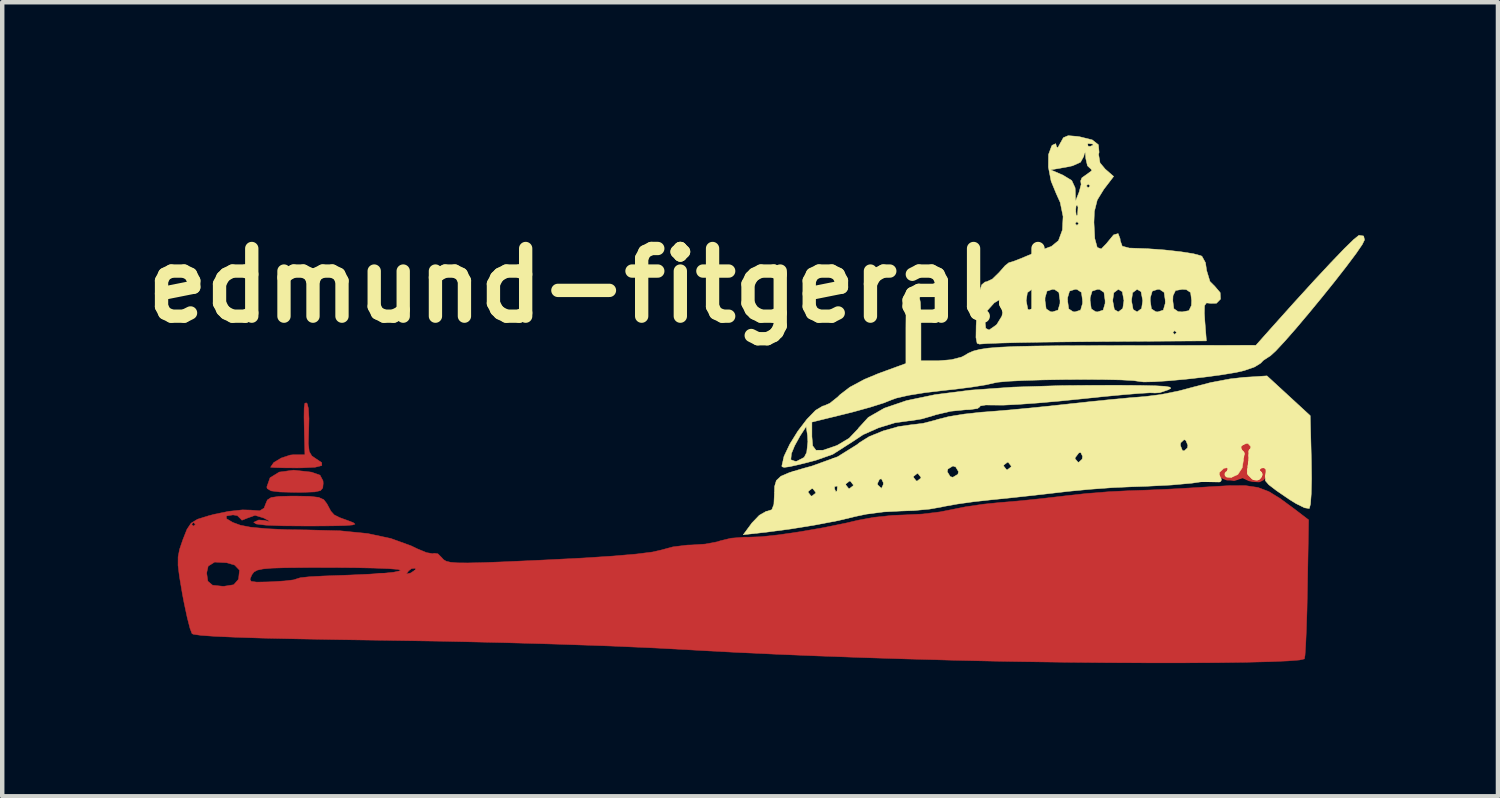
<source format=kicad_pcb>
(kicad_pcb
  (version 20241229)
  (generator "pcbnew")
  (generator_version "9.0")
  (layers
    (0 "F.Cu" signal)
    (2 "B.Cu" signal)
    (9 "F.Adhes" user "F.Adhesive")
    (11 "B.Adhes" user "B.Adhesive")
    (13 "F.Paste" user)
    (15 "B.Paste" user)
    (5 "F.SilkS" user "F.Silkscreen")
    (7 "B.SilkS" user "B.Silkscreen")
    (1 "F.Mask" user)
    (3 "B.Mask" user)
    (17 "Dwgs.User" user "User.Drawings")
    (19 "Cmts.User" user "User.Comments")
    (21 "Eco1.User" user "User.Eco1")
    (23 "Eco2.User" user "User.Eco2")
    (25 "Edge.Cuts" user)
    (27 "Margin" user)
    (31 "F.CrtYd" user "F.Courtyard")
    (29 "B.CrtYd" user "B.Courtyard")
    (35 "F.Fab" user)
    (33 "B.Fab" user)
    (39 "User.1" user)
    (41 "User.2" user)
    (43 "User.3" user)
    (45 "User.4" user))
  (footprint "edmund-fitgerald"
    (layer "F.Cu")
    (at 14.304 5.921)
    (property "Reference" "edmund-fitgerald" (at -3.81 -2.54 0) (layer "F.SilkS") (effects (font (size 1.524 1.524) (thickness 0.3))))
    (attr through_hole)
    (fp_poly (pts (xy 9.78 4.78) (xy 8.06 4.72) (xy 8.04 3.3) (xy 8.05 3.29) (xy 8.06 3.29) (xy 9.82 3.23)) (stroke (width 0.1) (type solid)) (fill yes) (layer "F.Cu"))
    (fp_poly (pts (xy -10.34 1.662) (xy -10.147 1.73) (xy -10.079 1.858) (xy -10.075 1.916) (xy -10.085 2.018) (xy -10.136 2.078) (xy -10.265 2.107) (xy -10.508 2.116) (xy -10.71 2.117) (xy -11.049 2.109) (xy -11.248 2.084) (xy -11.335 2.034) (xy -11.345 1.996) (xy -11.272 1.788) (xy -11.064 1.66) (xy -10.74 1.617) (xy -10.34 1.662)) (stroke (width 0.01) (type solid)) (fill yes) (layer "F.Cu"))
    (fp_poly (pts (xy 11.13 1.42) (xy 11.17 1.58) (xy 11.13 1.71) (xy 11.08 1.8) (xy 11 1.84) (xy 10.85 1.83) (xy 10.785 1.815) (xy 10.635 1.745) (xy 10.44 1.81) (xy 10.36 1.8) (xy 10.29 1.8) (xy 10.21 1.77) (xy 10.17 1.73) (xy 10.14 1.75) (xy 10.11 1.75) (xy 10.07 1.7) (xy 10.03 1.62) (xy 10.1 0.93) (xy 10.93 0.8)) (stroke (width 0.1) (type solid)) (fill yes) (layer "F.Cu"))
    (fp_poly (pts (xy -10.436 0.119) (xy -10.408 0.23) (xy -10.395 0.459) (xy -10.401 0.719) (xy -10.41 1.019) (xy -10.39 1.197) (xy -10.331 1.297) (xy -10.252 1.351) (xy -10.108 1.448) (xy -10.106 1.513) (xy -10.254 1.551) (xy -10.562 1.566) (xy -10.668 1.567) (xy -10.96 1.565) (xy -11.172 1.559) (xy -11.26 1.552) (xy -11.261 1.551) (xy -11.19 1.447) (xy -11.02 1.344) (xy -10.82 1.278) (xy -10.741 1.27) (xy -10.487 1.27) (xy -10.5 0.783) (xy -10.507 0.427) (xy -10.504 0.213) (xy -10.489 0.113) (xy -10.458 0.101) (xy -10.436 0.119)) (stroke (width 0.01) (type solid)) (fill yes) (layer "F.Cu"))
    (fp_poly (pts (xy 10.699 1.966) (xy 10.976 2.007) (xy 11.22 2.099) (xy 11.474 2.254) (xy 11.785 2.483) (xy 11.795 2.49) (xy 12.118 2.737) (xy 12.091 4.283) (xy 12.081 4.777) (xy 12.067 5.21) (xy 12.052 5.554) (xy 12.037 5.783) (xy 12.023 5.868) (xy 11.912 5.893) (xy 11.646 5.914) (xy 11.24 5.931) (xy 10.707 5.944) (xy 10.063 5.953) (xy 9.322 5.957) (xy 8.497 5.957) (xy 7.604 5.953) (xy 6.656 5.944) (xy 5.669 5.93) (xy 5.038 5.919) (xy 4.107 5.898) (xy 3.116 5.871) (xy 2.101 5.839) (xy 1.1 5.803) (xy 0.149 5.764) (xy -0.716 5.724) (xy -1.456 5.685) (xy -1.609 5.676) (xy -2.537 5.625) (xy -3.604 5.578) (xy -4.781 5.537) (xy -6.037 5.501) (xy -7.343 5.471) (xy -8.657 5.45) (xy -9.75 5.434) (xy -10.678 5.417) (xy -11.446 5.4) (xy -12.057 5.38) (xy -12.516 5.36) (xy -12.827 5.338) (xy -12.996 5.314) (xy -13.029 5.3) (xy -13.075 5.18) (xy -13.138 4.935) (xy -13.208 4.607) (xy -13.247 4.402) (xy -13.311 4.023) (xy -13.323 3.932) (xy -12.7 3.932) (xy -12.673 4.119) (xy -12.566 4.209) (xy -12.336 4.233) (xy -12.311 4.233) (xy -12.09 4.198) (xy -11.985 4.078) (xy -11.983 4.073) (xy -11.724 4.073) (xy -11.698 4.122) (xy -11.573 4.139) (xy -11.32 4.134) (xy -11.222 4.13) (xy -10.941 4.112) (xy -10.741 4.088) (xy -10.668 4.064) (xy -10.59 4.04) (xy -10.387 4.018) (xy -10.102 4.003) (xy -10.096 4.002) (xy -9.511 3.981) (xy 8.213 3.981) (xy 8.23 4.295) (xy 8.281 4.464) (xy 8.36 4.479) (xy 8.424 4.403) (xy 8.529 4.36) (xy 8.755 4.33) (xy 9.054 4.318) (xy 9.064 4.318) (xy 9.39 4.312) (xy 9.575 4.271) (xy 9.646 4.161) (xy 9.631 3.948) (xy 9.578 3.683) (xy 9.535 3.537) (xy 9.457 3.459) (xy 9.296 3.425) (xy 9.059 3.412) (xy 8.675 3.404) (xy 8.429 3.427) (xy 8.291 3.5) (xy 8.229 3.646) (xy 8.213 3.885) (xy 8.213 3.981) (xy -9.511 3.981) (xy -9.485 3.98) (xy -9.024 3.959) (xy -8.97 3.955) (xy -8.204 3.955) (xy -8.119 3.938) (xy -8.103 3.932) (xy -8 3.864) (xy -7.999 3.826) (xy -8.088 3.836) (xy -8.151 3.884) (xy -8.204 3.955) (xy -8.97 3.955) (xy -8.696 3.938) (xy -8.482 3.915) (xy -8.364 3.889) (xy -8.33 3.871) (xy -8.391 3.852) (xy -8.597 3.836) (xy -8.924 3.823) (xy -9.347 3.814) (xy -9.842 3.81) (xy -9.931 3.81) (xy -10.502 3.811) (xy -10.927 3.815) (xy -11.229 3.824) (xy -11.431 3.842) (xy -11.558 3.869) (xy -11.631 3.909) (xy -11.675 3.963) (xy -11.685 3.981) (xy -11.724 4.073) (xy -11.983 4.073) (xy -11.981 4.065) (xy -11.96 3.87) (xy -12.069 3.755) (xy -12.249 3.702) (xy -12.52 3.688) (xy -12.665 3.778) (xy -12.7 3.932) (xy -13.323 3.932) (xy -13.344 3.762) (xy -13.343 3.57) (xy -13.309 3.398) (xy -13.241 3.198) (xy -13.233 3.176) (xy -13.143 2.949) (xy -13.067 2.836) (xy -13.039 2.836) (xy -12.996 2.879) (xy -12.954 2.836) (xy -12.996 2.794) (xy -13.039 2.836) (xy -13.067 2.836) (xy -13.05 2.811) (xy -12.907 2.723) (xy -12.666 2.648) (xy -12.534 2.613) (xy -12.203 2.545) (xy -11.893 2.512) (xy -11.706 2.517) (xy -11.504 2.532) (xy -11.407 2.472) (xy -11.373 2.383) (xy -11.333 2.289) (xy -11.248 2.234) (xy -11.079 2.209) (xy -10.788 2.201) (xy -10.703 2.201) (xy -10.377 2.207) (xy -10.178 2.23) (xy -10.063 2.281) (xy -9.992 2.373) (xy -9.982 2.392) (xy -9.902 2.541) (xy -9.828 2.624) (xy -9.704 2.686) (xy -9.51 2.756) (xy -9.397 2.8) (xy -9.359 2.832) (xy -9.413 2.852) (xy -9.579 2.865) (xy -9.873 2.872) (xy -10.315 2.875) (xy -10.44 2.875) (xy -10.986 2.871) (xy -11.366 2.856) (xy -11.583 2.83) (xy -11.64 2.792) (xy -11.64 2.791) (xy -11.525 2.739) (xy -11.402 2.749) (xy -11.284 2.775) (xy -11.313 2.748) (xy -11.416 2.694) (xy -11.61 2.635) (xy -11.776 2.694) (xy -11.905 2.745) (xy -11.938 2.71) (xy -12.009 2.641) (xy -12.107 2.625) (xy -12.255 2.649) (xy -12.254 2.71) (xy -12.113 2.794) (xy -11.939 2.858) (xy -11.704 2.903) (xy -11.336 2.937) (xy -10.871 2.958) (xy -10.449 2.963) (xy -9.694 2.983) (xy -9.072 3.045) (xy -8.551 3.156) (xy -8.098 3.32) (xy -7.953 3.39) (xy -7.746 3.475) (xy -7.604 3.499) (xy -7.581 3.489) (xy -7.493 3.5) (xy -7.407 3.586) (xy -7.365 3.633) (xy -7.306 3.668) (xy -7.208 3.692) (xy -7.052 3.705) (xy -6.818 3.707) (xy -6.486 3.7) (xy -6.037 3.683) (xy -5.45 3.657) (xy -5.022 3.637) (xy -4.203 3.595) (xy -3.533 3.551) (xy -3.017 3.506) (xy -2.659 3.461) (xy -2.466 3.417) (xy -2.2 3.345) (xy -1.877 3.305) (xy -1.773 3.302) (xy -1.472 3.282) (xy -1.201 3.231) (xy -1.127 3.207) (xy -0.89 3.15) (xy -0.592 3.126) (xy -0.508 3.127) (xy -0.218 3.117) (xy 0.192 3.073) (xy 0.678 3.002) (xy 1.196 2.912) (xy 1.7 2.809) (xy 1.967 2.746) (xy 2.327 2.68) (xy 2.746 2.636) (xy 3.029 2.625) (xy 3.417 2.606) (xy 3.819 2.557) (xy 4.067 2.508) (xy 4.39 2.443) (xy 4.795 2.384) (xy 5.197 2.343) (xy 5.207 2.343) (xy 5.631 2.307) (xy 6.124 2.256) (xy 6.589 2.202) (xy 6.646 2.195) (xy 7.109 2.144) (xy 7.622 2.103) (xy 8.082 2.08) (xy 8.128 2.079) (xy 8.521 2.065) (xy 9.012 2.043) (xy 9.527 2.014) (xy 9.864 1.993) (xy 10.343 1.965) (xy 10.699 1.966)) (stroke (width 0.01) (type solid)) (fill yes) (layer "F.Cu"))
    (fp_poly (pts (xy -10.34 1.662) (xy -10.147 1.73) (xy -10.079 1.858) (xy -10.075 1.916) (xy -10.085 2.018) (xy -10.136 2.078) (xy -10.265 2.107) (xy -10.508 2.116) (xy -10.71 2.117) (xy -11.049 2.109) (xy -11.248 2.084) (xy -11.335 2.034) (xy -11.345 1.996) (xy -11.272 1.788) (xy -11.064 1.66) (xy -10.74 1.617) (xy -10.34 1.662)) (stroke (width 0.01) (type solid)) (fill yes) (layer "F.Mask"))
    (fp_poly (pts (xy -10.436 0.119) (xy -10.408 0.23) (xy -10.395 0.459) (xy -10.401 0.719) (xy -10.41 1.019) (xy -10.39 1.197) (xy -10.331 1.297) (xy -10.252 1.351) (xy -10.108 1.448) (xy -10.106 1.513) (xy -10.254 1.551) (xy -10.562 1.566) (xy -10.668 1.567) (xy -10.96 1.565) (xy -11.172 1.559) (xy -11.26 1.552) (xy -11.261 1.551) (xy -11.19 1.447) (xy -11.02 1.344) (xy -10.82 1.278) (xy -10.741 1.27) (xy -10.487 1.27) (xy -10.5 0.783) (xy -10.507 0.427) (xy -10.504 0.213) (xy -10.489 0.113) (xy -10.458 0.101) (xy -10.436 0.119)) (stroke (width 0.01) (type solid)) (fill yes) (layer "F.Mask"))
    (fp_poly (pts (xy 10.699 1.966) (xy 10.976 2.007) (xy 11.22 2.099) (xy 11.474 2.254) (xy 11.785 2.483) (xy 11.795 2.49) (xy 12.118 2.737) (xy 12.091 4.283) (xy 12.081 4.777) (xy 12.067 5.21) (xy 12.052 5.554) (xy 12.037 5.783) (xy 12.023 5.868) (xy 11.912 5.893) (xy 11.646 5.914) (xy 11.24 5.931) (xy 10.707 5.944) (xy 10.063 5.953) (xy 9.322 5.957) (xy 8.497 5.957) (xy 7.604 5.953) (xy 6.656 5.944) (xy 5.669 5.93) (xy 5.038 5.919) (xy 4.107 5.898) (xy 3.116 5.871) (xy 2.101 5.839) (xy 1.1 5.803) (xy 0.149 5.764) (xy -0.716 5.724) (xy -1.456 5.685) (xy -1.609 5.676) (xy -2.537 5.625) (xy -3.604 5.578) (xy -4.781 5.537) (xy -6.037 5.501) (xy -7.343 5.471) (xy -8.657 5.45) (xy -9.75 5.434) (xy -10.678 5.417) (xy -11.446 5.4) (xy -12.057 5.38) (xy -12.516 5.36) (xy -12.827 5.338) (xy -12.996 5.314) (xy -13.029 5.3) (xy -13.075 5.18) (xy -13.138 4.935) (xy -13.208 4.607) (xy -13.247 4.402) (xy -13.311 4.023) (xy -13.323 3.932) (xy -12.7 3.932) (xy -12.673 4.119) (xy -12.566 4.209) (xy -12.336 4.233) (xy -12.311 4.233) (xy -12.09 4.198) (xy -11.985 4.078) (xy -11.983 4.073) (xy -11.724 4.073) (xy -11.698 4.122) (xy -11.573 4.139) (xy -11.32 4.134) (xy -11.222 4.13) (xy -10.941 4.112) (xy -10.741 4.088) (xy -10.668 4.064) (xy -10.59 4.04) (xy -10.387 4.018) (xy -10.102 4.003) (xy -10.096 4.002) (xy -9.511 3.981) (xy 8.213 3.981) (xy 8.23 4.295) (xy 8.281 4.464) (xy 8.36 4.479) (xy 8.424 4.403) (xy 8.529 4.36) (xy 8.755 4.33) (xy 9.054 4.318) (xy 9.064 4.318) (xy 9.39 4.312) (xy 9.575 4.271) (xy 9.646 4.161) (xy 9.631 3.948) (xy 9.578 3.683) (xy 9.535 3.537) (xy 9.457 3.459) (xy 9.296 3.425) (xy 9.059 3.412) (xy 8.675 3.404) (xy 8.429 3.427) (xy 8.291 3.5) (xy 8.229 3.646) (xy 8.213 3.885) (xy 8.213 3.981) (xy -9.511 3.981) (xy -9.485 3.98) (xy -9.024 3.959) (xy -8.97 3.955) (xy -8.204 3.955) (xy -8.119 3.938) (xy -8.103 3.932) (xy -8 3.864) (xy -7.999 3.826) (xy -8.088 3.836) (xy -8.151 3.884) (xy -8.204 3.955) (xy -8.97 3.955) (xy -8.696 3.938) (xy -8.482 3.915) (xy -8.364 3.889) (xy -8.33 3.871) (xy -8.391 3.852) (xy -8.597 3.836) (xy -8.924 3.823) (xy -9.347 3.814) (xy -9.842 3.81) (xy -9.931 3.81) (xy -10.502 3.811) (xy -10.927 3.815) (xy -11.229 3.824) (xy -11.431 3.842) (xy -11.558 3.869) (xy -11.631 3.909) (xy -11.675 3.963) (xy -11.685 3.981) (xy -11.724 4.073) (xy -11.983 4.073) (xy -11.981 4.065) (xy -11.96 3.87) (xy -12.069 3.755) (xy -12.249 3.702) (xy -12.52 3.688) (xy -12.665 3.778) (xy -12.7 3.932) (xy -13.323 3.932) (xy -13.344 3.762) (xy -13.343 3.57) (xy -13.309 3.398) (xy -13.241 3.198) (xy -13.233 3.176) (xy -13.143 2.949) (xy -13.067 2.836) (xy -13.039 2.836) (xy -12.996 2.879) (xy -12.954 2.836) (xy -12.996 2.794) (xy -13.039 2.836) (xy -13.067 2.836) (xy -13.05 2.811) (xy -12.907 2.723) (xy -12.666 2.648) (xy -12.534 2.613) (xy -12.203 2.545) (xy -11.893 2.512) (xy -11.706 2.517) (xy -11.504 2.532) (xy -11.407 2.472) (xy -11.373 2.383) (xy -11.333 2.289) (xy -11.248 2.234) (xy -11.079 2.209) (xy -10.788 2.201) (xy -10.703 2.201) (xy -10.377 2.207) (xy -10.178 2.23) (xy -10.063 2.281) (xy -9.992 2.373) (xy -9.982 2.392) (xy -9.902 2.541) (xy -9.828 2.624) (xy -9.704 2.686) (xy -9.51 2.756) (xy -9.397 2.8) (xy -9.359 2.832) (xy -9.413 2.852) (xy -9.579 2.865) (xy -9.873 2.872) (xy -10.315 2.875) (xy -10.44 2.875) (xy -10.986 2.871) (xy -11.366 2.856) (xy -11.583 2.83) (xy -11.64 2.792) (xy -11.64 2.791) (xy -11.525 2.739) (xy -11.402 2.749) (xy -11.284 2.775) (xy -11.313 2.748) (xy -11.416 2.694) (xy -11.61 2.635) (xy -11.776 2.694) (xy -11.905 2.745) (xy -11.938 2.71) (xy -12.009 2.641) (xy -12.107 2.625) (xy -12.255 2.649) (xy -12.254 2.71) (xy -12.113 2.794) (xy -11.939 2.858) (xy -11.704 2.903) (xy -11.336 2.937) (xy -10.871 2.958) (xy -10.449 2.963) (xy -9.694 2.983) (xy -9.072 3.045) (xy -8.551 3.156) (xy -8.098 3.32) (xy -7.953 3.39) (xy -7.746 3.475) (xy -7.604 3.499) (xy -7.581 3.489) (xy -7.493 3.5) (xy -7.407 3.586) (xy -7.365 3.633) (xy -7.306 3.668) (xy -7.208 3.692) (xy -7.052 3.705) (xy -6.818 3.707) (xy -6.486 3.7) (xy -6.037 3.683) (xy -5.45 3.657) (xy -5.022 3.637) (xy -4.203 3.595) (xy -3.533 3.551) (xy -3.017 3.506) (xy -2.659 3.461) (xy -2.466 3.417) (xy -2.2 3.345) (xy -1.877 3.305) (xy -1.773 3.302) (xy -1.472 3.282) (xy -1.201 3.231) (xy -1.127 3.207) (xy -0.89 3.15) (xy -0.592 3.126) (xy -0.508 3.127) (xy -0.218 3.117) (xy 0.192 3.073) (xy 0.678 3.002) (xy 1.196 2.912) (xy 1.7 2.809) (xy 1.967 2.746) (xy 2.327 2.68) (xy 2.746 2.636) (xy 3.029 2.625) (xy 3.417 2.606) (xy 3.819 2.557) (xy 4.067 2.508) (xy 4.39 2.443) (xy 4.795 2.384) (xy 5.197 2.343) (xy 5.207 2.343) (xy 5.631 2.307) (xy 6.124 2.256) (xy 6.589 2.202) (xy 6.646 2.195) (xy 7.109 2.144) (xy 7.622 2.103) (xy 8.082 2.08) (xy 8.128 2.079) (xy 8.521 2.065) (xy 9.012 2.043) (xy 9.527 2.014) (xy 9.864 1.993) (xy 10.343 1.965) (xy 10.699 1.966)) (stroke (width 0.01) (type solid)) (fill yes) (layer "F.Mask"))
    (fp_line (start 9.66 1.82) (end 10.07 1.78) (stroke (width 0.12) (type solid)) (layer "F.SilkS"))
    (fp_line (start 10.05 1.78) (end 10.05 1.79) (stroke (width 0.12) (type solid)) (layer "F.SilkS"))
    (fp_line (start 10.07 1.78) (end 10.05 1.78) (stroke (width 0.12) (type solid)) (layer "F.SilkS"))
    (fp_line (start 10.1 1.83) (end 9.66 1.82) (stroke (width 0.12) (type solid)) (layer "F.SilkS"))
    (fp_line (start 10.35 1.53) (end 10.52 1.45) (stroke (width 0.15) (type solid)) (layer "F.SilkS"))
    (fp_line (start 10.35 1.65) (end 10.38 1.56) (stroke (width 0.15) (type solid)) (layer "F.SilkS"))
    (fp_line (start 10.36 1.71) (end 10.3 1.71) (stroke (width 0.15) (type solid)) (layer "F.SilkS"))
    (fp_line (start 10.38 1.56) (end 10.35 1.53) (stroke (width 0.15) (type solid)) (layer "F.SilkS"))
    (fp_line (start 10.45 1.63) (end 10.47 1.51) (stroke (width 0.15) (type solid)) (layer "F.SilkS"))
    (fp_line (start 10.52 1.06) (end 10.61 0.98) (stroke (width 0.15) (type solid)) (layer "F.SilkS"))
    (fp_line (start 10.52 1.45) (end 10.42 1.39) (stroke (width 0.15) (type solid)) (layer "F.SilkS"))
    (fp_line (start 10.54 1.18) (end 10.52 1.06) (stroke (width 0.15) (type solid)) (layer "F.SilkS"))
    (fp_line (start 10.58 1.36) (end 10.6 1.25) (stroke (width 0.15) (type solid)) (layer "F.SilkS"))
    (fp_line (start 10.6 1.25) (end 10.54 1.18) (stroke (width 0.15) (type solid)) (layer "F.SilkS"))
    (fp_line (start 10.61 0.98) (end 10.6 0.94) (stroke (width 0.15) (type solid)) (layer "F.SilkS"))
    (fp_line (start 10.81 1.61) (end 10.81 1.68) (stroke (width 0.15) (type solid)) (layer "F.SilkS"))
    (fp_line (start 10.81 1.68) (end 10.85 1.72) (stroke (width 0.15) (type solid)) (layer "F.SilkS"))
    (fp_line (start 10.82 1.53) (end 10.81 1.61) (stroke (width 0.15) (type solid)) (layer "F.SilkS"))
    (fp_line (start 10.83 1.45) (end 10.82 1.53) (stroke (width 0.15) (type solid)) (layer "F.SilkS"))
    (fp_line (start 10.84 1.2) (end 10.84 1.27) (stroke (width 0.15) (type solid)) (layer "F.SilkS"))
    (fp_line (start 10.84 1.27) (end 10.85 1.31) (stroke (width 0.15) (type solid)) (layer "F.SilkS"))
    (fp_line (start 10.84 1.31) (end 10.84 1.37) (stroke (width 0.15) (type solid)) (layer "F.SilkS"))
    (fp_line (start 10.84 1.37) (end 10.83 1.45) (stroke (width 0.15) (type solid)) (layer "F.SilkS"))
    (fp_line (start 10.85 1.31) (end 10.84 1.31) (stroke (width 0.15) (type solid)) (layer "F.SilkS"))
    (fp_line (start 10.85 1.72) (end 10.89 1.76) (stroke (width 0.15) (type solid)) (layer "F.SilkS"))
    (fp_line (start 10.87 1.72) (end 10.94 1.41) (stroke (width 0.15) (type solid)) (layer "F.SilkS"))
    (fp_line (start 10.89 1.75) (end 10.92 1.77) (stroke (width 0.15) (type solid)) (layer "F.SilkS"))
    (fp_line (start 10.89 1.76) (end 10.89 1.5) (stroke (width 0.15) (type solid)) (layer "F.SilkS"))
    (fp_line (start 10.92 1.23) (end 10.84 1.2) (stroke (width 0.15) (type solid)) (layer "F.SilkS"))
    (fp_line (start 10.92 1.77) (end 10.95 1.75) (stroke (width 0.15) (type solid)) (layer "F.SilkS"))
    (fp_line (start 10.93 1.62) (end 10.95 1.62) (stroke (width 0.15) (type solid)) (layer "F.SilkS"))
    (fp_line (start 10.94 1.41) (end 11.2 1.26) (stroke (width 0.15) (type solid)) (layer "F.SilkS"))
    (fp_line (start 10.95 1.75) (end 10.97 1.73) (stroke (width 0.15) (type solid)) (layer "F.SilkS"))
    (fp_line (start 10.95 1.77) (end 10.87 1.72) (stroke (width 0.15) (type solid)) (layer "F.SilkS"))
    (fp_line (start 10.96 1.77) (end 10.95 1.77) (stroke (width 0.15) (type solid)) (layer "F.SilkS"))
    (fp_line (start 10.97 1.55) (end 11.04 1.49) (stroke (width 0.15) (type solid)) (layer "F.SilkS"))
    (fp_line (start 10.97 1.73) (end 11 1.71) (stroke (width 0.15) (type solid)) (layer "F.SilkS"))
    (fp_line (start 10.97 1.76) (end 10.96 1.77) (stroke (width 0.15) (type solid)) (layer "F.SilkS"))
    (fp_line (start 10.99 1.74) (end 10.97 1.76) (stroke (width 0.15) (type solid)) (layer "F.SilkS"))
    (fp_line (start 11 1.71) (end 11 1.72) (stroke (width 0.15) (type solid)) (layer "F.SilkS"))
    (fp_line (start 11 1.72) (end 10.99 1.74) (stroke (width 0.15) (type solid)) (layer "F.SilkS"))
    (fp_line (start 11.04 1.49) (end 11.16 1.45) (stroke (width 0.15) (type solid)) (layer "F.SilkS"))
    (fp_line (start 11.11 1.49) (end 11.06 1.5) (stroke (width 0.15) (type solid)) (layer "F.SilkS"))
    (fp_line (start 11.21 1.54) (end 11.11 1.49) (stroke (width 0.15) (type solid)) (layer "F.SilkS"))
    (fp_line (start 11.21 1.75) (end 11.23 1.64) (stroke (width 0.15) (type solid)) (layer "F.SilkS"))
    (fp_line (start 11.23 1.64) (end 11.21 1.54) (stroke (width 0.15) (type solid)) (layer "F.SilkS"))
    (fp_line (start 11.28 1.61) (end 11.27 1.6) (stroke (width 0.15) (type solid)) (layer "F.SilkS"))
    (fp_poly (pts (xy 13.357 -3.656) (xy 13.377 -3.569) (xy 13.325 -3.463) (xy 13.182 -3.255) (xy 12.969 -2.971) (xy 12.707 -2.635) (xy 12.415 -2.272) (xy 12.116 -1.909) (xy 11.83 -1.57) (xy 11.576 -1.281) (xy 11.377 -1.067) (xy 11.253 -0.954) (xy 11.233 -0.943) (xy 11.097 -0.854) (xy 11.037 -0.791) (xy 10.903 -0.708) (xy 10.665 -0.625) (xy 10.487 -0.584) (xy 10.16 -0.53) (xy 9.773 -0.478) (xy 9.364 -0.432) (xy 8.973 -0.396) (xy 8.64 -0.374) (xy 8.405 -0.369) (xy 8.317 -0.379) (xy 8.173 -0.4) (xy 7.894 -0.415) (xy 7.516 -0.423) (xy 7.074 -0.426) (xy 6.602 -0.423) (xy 6.135 -0.415) (xy 5.709 -0.402) (xy 5.358 -0.385) (xy 5.117 -0.363) (xy 5.038 -0.347) (xy 4.848 -0.304) (xy 4.538 -0.254) (xy 4.156 -0.205) (xy 3.872 -0.175) (xy 3.471 -0.127) (xy 3.112 -0.069) (xy 2.841 -0.008) (xy 2.729 0.032) (xy 2.545 0.105) (xy 2.247 0.199) (xy 1.886 0.299) (xy 1.714 0.343) (xy 0.931 0.535) (xy 0.931 0.86) (xy 0.949 1.07) (xy 1.023 1.169) (xy 1.182 1.168) (xy 1.457 1.075) (xy 1.505 1.056) (xy 1.769 0.899) (xy 1.969 0.689) (xy 1.98 0.671) (xy 2.202 0.428) (xy 2.561 0.222) (xy 3.062 0.051) (xy 3.71 -0.084) (xy 4.508 -0.185) (xy 5.462 -0.253) (xy 6.576 -0.288) (xy 7.208 -0.293) (xy 7.841 -0.294) (xy 8.321 -0.291) (xy 8.663 -0.283) (xy 8.882 -0.271) (xy 8.994 -0.252) (xy 9.015 -0.227) (xy 8.959 -0.193) (xy 8.956 -0.192) (xy 8.765 -0.128) (xy 8.647 -0.12) (xy 8.644 -0.122) (xy 8.545 -0.125) (xy 8.306 -0.111) (xy 7.952 -0.082) (xy 7.514 -0.041) (xy 7.023 0.01) (xy 6.497 0.063) (xy 6.001 0.106) (xy 5.57 0.137) (xy 5.242 0.153) (xy 5.067 0.152) (xy 4.845 0.15) (xy 4.722 0.171) (xy 4.712 0.191) (xy 4.662 0.229) (xy 4.489 0.254) (xy 4.386 0.258) (xy 4.056 0.291) (xy 3.724 0.369) (xy 3.683 0.383) (xy 3.409 0.463) (xy 3.158 0.505) (xy 3.114 0.507) (xy 2.799 0.551) (xy 2.432 0.664) (xy 2.088 0.816) (xy 1.863 0.965) (xy 1.401 1.261) (xy 1.016 1.396) (xy 0.656 1.488) (xy 0.429 1.539) (xy 0.307 1.555) (xy 0.259 1.541) (xy 0.254 1.522) (xy 0.286 1.383) (xy 0.456 1.383) (xy 0.554 1.418) (xy 0.591 1.416) (xy 0.757 1.329) (xy 0.814 1.218) (xy 0.84 0.979) (xy 0.832 0.834) (xy 0.802 0.635) (xy 0.664 0.847) (xy 0.541 1.07) (xy 0.47 1.244) (xy 0.456 1.383) (xy 0.286 1.383) (xy 0.303 1.306) (xy 0.433 1.032) (xy 0.613 0.741) (xy 0.817 0.473) (xy 1.014 0.27) (xy 1.176 0.173) (xy 1.203 0.169) (xy 1.334 0.112) (xy 1.512 -0.03) (xy 1.562 -0.08) (xy 1.785 -0.251) (xy 2.117 -0.429) (xy 2.425 -0.557) (xy 3.048 -0.785) (xy 3.048 -1.578) (xy 3.051 -1.948) (xy 3.063 -2.181) (xy 3.08 -2.258) (xy 3.161 -2.258) (xy 3.173 -2.207) (xy 3.217 -2.201) (xy 3.287 -2.232) (xy 3.274 -2.258) (xy 3.173 -2.268) (xy 3.161 -2.258) (xy 3.08 -2.258) (xy 3.092 -2.308) (xy 3.144 -2.361) (xy 3.217 -2.371) (xy 3.298 -2.358) (xy 3.348 -2.298) (xy 3.374 -2.159) (xy 3.385 -1.909) (xy 3.387 -1.609) (xy 3.387 -0.847) (xy 3.791 -0.847) (xy 4.07 -0.87) (xy 4.3 -0.929) (xy 4.363 -0.961) (xy 4.457 -1.018) (xy 4.567 -1.065) (xy 4.711 -1.102) (xy 4.905 -1.131) (xy 5.168 -1.152) (xy 5.516 -1.168) (xy 5.968 -1.178) (xy 6.539 -1.185) (xy 7.248 -1.188) (xy 7.956 -1.19) (xy 10.931 -1.195) (xy 11.244 -1.547) (xy 11.771 -2.135) (xy 12.233 -2.642) (xy 12.621 -3.058) (xy 12.925 -3.375) (xy 13.138 -3.582) (xy 13.25 -3.671) (xy 13.252 -3.672) (xy 13.357 -3.656)) (stroke (width 0.01) (type solid)) (fill yes) (layer "F.SilkS"))
    (fp_poly (pts (xy 11.667 -0.058) (xy 12.154 0.39) (xy 12.18 1.413) (xy 12.185 1.812) (xy 12.177 2.146) (xy 12.16 2.381) (xy 12.133 2.482) (xy 12.133 2.482) (xy 12.026 2.465) (xy 11.834 2.37) (xy 11.69 2.281) (xy 11.395 2.079) (xy 11.22 1.945) (xy 11.143 1.855) (xy 11.142 1.786) (xy 11.174 1.738) (xy 11.215 1.609) (xy 11.109 1.534) (xy 11.014 1.525) (xy 10.931 1.544) (xy 10.99 1.596) (xy 11.053 1.674) (xy 10.975 1.769) (xy 10.87 1.819) (xy 10.805 1.724) (xy 10.796 1.696) (xy 10.773 1.484) (xy 10.795 1.268) (xy 10.815 1.085) (xy 10.755 1.019) (xy 10.722 1.016) (xy 10.578 1.065) (xy 10.52 1.171) (xy 10.577 1.266) (xy 10.649 1.392) (xy 10.622 1.565) (xy 10.523 1.716) (xy 10.384 1.777) (xy 10.266 1.763) (xy 10.304 1.711) (xy 10.327 1.697) (xy 10.41 1.603) (xy 10.358 1.552) (xy 10.21 1.575) (xy 10.108 1.67) (xy 10.107 1.737) (xy 10.05 1.801) (xy 9.84 1.859) (xy 9.495 1.91) (xy 9.029 1.952) (xy 8.46 1.981) (xy 8.128 1.992) (xy 7.702 2.011) (xy 7.198 2.048) (xy 6.705 2.095) (xy 6.562 2.112) (xy 6.083 2.167) (xy 5.556 2.225) (xy 5.074 2.275) (xy 4.953 2.287) (xy 4.563 2.33) (xy 4.196 2.382) (xy 3.913 2.433) (xy 3.852 2.447) (xy 3.586 2.494) (xy 3.234 2.527) (xy 2.928 2.538) (xy 2.547 2.558) (xy 2.16 2.608) (xy 1.912 2.66) (xy 1.522 2.754) (xy 1.019 2.85) (xy 0.461 2.941) (xy -0.098 3.015) (xy -0.202 3.026) (xy -0.615 3.072) (xy -0.419 2.806) (xy -0.254 2.634) (xy -0.097 2.544) (xy -0.069 2.54) (xy 0.029 2.508) (xy 0.075 2.385) (xy 0.085 2.169) (xy 0.087 2.117) (xy 0.847 2.117) (xy 0.911 2.199) (xy 0.931 2.201) (xy 1.014 2.137) (xy 1.016 2.117) (xy 0.952 2.034) (xy 0.931 2.032) (xy 1.439 2.032) (xy 1.47 2.102) (xy 1.496 2.088) (xy 1.506 1.988) (xy 1.496 1.976) (xy 1.445 1.987) (xy 1.439 2.032) (xy 0.931 2.032) (xy 0.849 2.096) (xy 0.847 2.117) (xy 0.087 2.117) (xy 0.091 1.982) (xy 0.102 1.947) (xy 1.693 1.947) (xy 1.758 2.03) (xy 1.778 2.032) (xy 1.86 1.968) (xy 1.863 1.947) (xy 1.843 1.923) (xy 2.405 1.923) (xy 2.417 1.953) (xy 2.498 2.028) (xy 2.538 1.943) (xy 2.54 1.9) (xy 2.498 1.813) (xy 2.454 1.821) (xy 2.405 1.923) (xy 1.843 1.923) (xy 1.798 1.865) (xy 1.778 1.863) (xy 1.696 1.927) (xy 1.693 1.947) (xy 0.102 1.947) (xy 0.13 1.851) (xy 0.208 1.778) (xy 3.217 1.778) (xy 3.282 1.86) (xy 3.302 1.863) (xy 3.384 1.798) (xy 3.387 1.778) (xy 3.322 1.696) (xy 3.302 1.693) (xy 3.22 1.758) (xy 3.217 1.778) (xy 0.208 1.778) (xy 0.232 1.755) (xy 0.425 1.672) (xy 0.493 1.651) (xy 3.979 1.651) (xy 4.047 1.763) (xy 4.106 1.778) (xy 4.219 1.71) (xy 4.233 1.651) (xy 4.166 1.539) (xy 4.106 1.524) (xy 5.249 1.524) (xy 5.314 1.606) (xy 5.334 1.609) (xy 5.416 1.544) (xy 5.419 1.524) (xy 5.354 1.442) (xy 5.334 1.439) (xy 5.252 1.504) (xy 5.249 1.524) (xy 4.106 1.524) (xy 3.994 1.592) (xy 3.979 1.651) (xy 0.493 1.651) (xy 0.738 1.578) (xy 0.931 1.525) (xy 1.388 1.36) (xy 6.858 1.36) (xy 6.923 1.437) (xy 6.943 1.439) (xy 7.017 1.37) (xy 7.027 1.307) (xy 6.986 1.22) (xy 6.943 1.228) (xy 6.861 1.336) (xy 6.858 1.36) (xy 1.388 1.36) (xy 1.509 1.316) (xy 1.923 1.058) (xy 9.229 1.058) (xy 9.274 1.171) (xy 9.313 1.185) (xy 9.388 1.117) (xy 9.398 1.058) (xy 9.352 0.946) (xy 9.313 0.931) (xy 9.238 1) (xy 9.229 1.058) (xy 1.923 1.058) (xy 1.952 1.04) (xy 2.001 0.999) (xy 2.22 0.862) (xy 2.538 0.733) (xy 2.884 0.635) (xy 3.188 0.592) (xy 3.21 0.591) (xy 3.433 0.563) (xy 3.707 0.493) (xy 3.768 0.473) (xy 4.015 0.411) (xy 4.365 0.354) (xy 4.749 0.312) (xy 4.826 0.307) (xy 5.193 0.278) (xy 5.668 0.235) (xy 6.191 0.183) (xy 6.703 0.128) (xy 6.731 0.125) (xy 7.213 0.073) (xy 7.684 0.025) (xy 8.094 -0.013) (xy 8.392 -0.037) (xy 8.424 -0.039) (xy 8.781 -0.084) (xy 9.197 -0.167) (xy 9.525 -0.255) (xy 9.919 -0.357) (xy 10.343 -0.437) (xy 10.649 -0.472) (xy 11.18 -0.506) (xy 11.667 -0.058)) (stroke (width 0.01) (type solid)) (fill yes) (layer "F.SilkS"))
    (fp_poly (pts (xy 6.908 -5.899) (xy 6.962 -5.891) (xy 7.245 -5.821) (xy 7.383 -5.712) (xy 7.399 -5.543) (xy 7.388 -5.492) (xy 7.42 -5.303) (xy 7.536 -5.164) (xy 7.727 -4.998) (xy 7.504 -4.706) (xy 7.358 -4.468) (xy 7.293 -4.21) (xy 7.283 -3.964) (xy 7.302 -3.599) (xy 7.357 -3.399) (xy 7.447 -3.364) (xy 7.572 -3.493) (xy 7.578 -3.502) (xy 7.725 -3.681) (xy 7.828 -3.711) (xy 7.873 -3.591) (xy 7.874 -3.556) (xy 7.92 -3.427) (xy 8.082 -3.384) (xy 8.107 -3.384) (xy 8.49 -3.37) (xy 8.883 -3.341) (xy 9.242 -3.301) (xy 9.527 -3.256) (xy 9.696 -3.21) (xy 9.716 -3.198) (xy 9.795 -3.055) (xy 9.821 -2.879) (xy 9.896 -2.632) (xy 10.005 -2.523) (xy 10.126 -2.381) (xy 10.134 -2.235) (xy 10.042 -2.141) (xy 9.91 -2.14) (xy 9.817 -2.149) (xy 9.774 -2.087) (xy 9.77 -1.917) (xy 9.781 -1.738) (xy 9.816 -1.294) (xy 7.317 -1.278) (xy 6.679 -1.272) (xy 6.095 -1.265) (xy 5.585 -1.256) (xy 5.172 -1.245) (xy 4.878 -1.234) (xy 4.725 -1.223) (xy 4.711 -1.22) (xy 4.652 -1.239) (xy 4.626 -1.369) (xy 4.628 -1.482) (xy 9.059 -1.482) (xy 9.102 -1.439) (xy 9.144 -1.482) (xy 9.102 -1.524) (xy 9.059 -1.482) (xy 4.628 -1.482) (xy 4.63 -1.637) (xy 4.634 -1.711) (xy 4.638 -1.768) (xy 4.826 -1.768) (xy 4.846 -1.577) (xy 4.921 -1.539) (xy 5.073 -1.645) (xy 5.095 -1.664) (xy 5.21 -1.852) (xy 5.249 -2.047) (xy 5.241 -2.201) (xy 5.757 -2.201) (xy 5.795 -2) (xy 5.884 -1.947) (xy 5.985 -2.023) (xy 6.011 -2.201) (xy 6.181 -2.201) (xy 6.207 -2.015) (xy 6.306 -1.95) (xy 6.35 -1.947) (xy 6.474 -1.987) (xy 6.518 -2.136) (xy 6.519 -2.201) (xy 6.689 -2.201) (xy 6.715 -2.015) (xy 6.814 -1.95) (xy 6.858 -1.947) (xy 6.982 -1.987) (xy 7.026 -2.136) (xy 7.027 -2.201) (xy 7.197 -2.201) (xy 7.223 -2.015) (xy 7.322 -1.95) (xy 7.366 -1.947) (xy 7.49 -1.987) (xy 7.534 -2.136) (xy 7.535 -2.201) (xy 7.705 -2.201) (xy 7.743 -2) (xy 7.832 -1.947) (xy 7.932 -2.023) (xy 7.959 -2.201) (xy 8.128 -2.201) (xy 8.166 -2) (xy 8.255 -1.947) (xy 8.356 -2.023) (xy 8.382 -2.201) (xy 8.551 -2.201) (xy 8.578 -2.015) (xy 8.677 -1.95) (xy 8.721 -1.947) (xy 8.845 -1.987) (xy 8.888 -2.136) (xy 8.89 -2.201) (xy 9.059 -2.201) (xy 9.082 -2.02) (xy 9.179 -1.953) (xy 9.271 -1.947) (xy 9.422 -1.975) (xy 9.478 -2.091) (xy 9.483 -2.201) (xy 9.46 -2.383) (xy 9.363 -2.449) (xy 9.271 -2.455) (xy 9.12 -2.428) (xy 9.064 -2.312) (xy 9.059 -2.201) (xy 8.89 -2.201) (xy 8.863 -2.387) (xy 8.764 -2.453) (xy 8.721 -2.455) (xy 8.597 -2.415) (xy 8.553 -2.267) (xy 8.551 -2.201) (xy 8.382 -2.201) (xy 8.344 -2.403) (xy 8.255 -2.455) (xy 8.154 -2.38) (xy 8.128 -2.201) (xy 7.959 -2.201) (xy 7.921 -2.403) (xy 7.832 -2.455) (xy 7.731 -2.38) (xy 7.705 -2.201) (xy 7.535 -2.201) (xy 7.509 -2.387) (xy 7.41 -2.453) (xy 7.366 -2.455) (xy 7.242 -2.415) (xy 7.198 -2.267) (xy 7.197 -2.201) (xy 7.027 -2.201) (xy 7.001 -2.387) (xy 6.902 -2.453) (xy 6.858 -2.455) (xy 6.734 -2.415) (xy 6.69 -2.267) (xy 6.689 -2.201) (xy 6.519 -2.201) (xy 6.493 -2.387) (xy 6.394 -2.453) (xy 6.35 -2.455) (xy 6.226 -2.415) (xy 6.182 -2.267) (xy 6.181 -2.201) (xy 6.011 -2.201) (xy 5.973 -2.403) (xy 5.884 -2.455) (xy 5.784 -2.38) (xy 5.757 -2.201) (xy 5.241 -2.201) (xy 5.241 -2.212) (xy 5.183 -2.237) (xy 5.038 -2.151) (xy 4.861 -1.954) (xy 4.826 -1.768) (xy 4.638 -1.768) (xy 4.665 -2.13) (xy 4.704 -2.404) (xy 4.757 -2.559) (xy 4.831 -2.621) (xy 4.864 -2.625) (xy 4.995 -2.686) (xy 5.148 -2.835) (xy 5.153 -2.841) (xy 5.283 -2.989) (xy 5.367 -3.055) (xy 5.37 -3.055) (xy 5.469 -3.084) (xy 5.666 -3.161) (xy 5.777 -3.208) (xy 6.041 -3.316) (xy 6.268 -3.402) (xy 6.324 -3.421) (xy 6.484 -3.552) (xy 6.573 -3.793) (xy 6.58 -3.937) (xy 6.858 -3.937) (xy 6.9 -3.895) (xy 6.943 -3.937) (xy 6.9 -3.979) (xy 6.858 -3.937) (xy 6.58 -3.937) (xy 6.588 -4.095) (xy 6.56 -4.233) (xy 6.871 -4.233) (xy 6.885 -4.113) (xy 6.914 -4.128) (xy 6.925 -4.301) (xy 6.914 -4.339) (xy 6.883 -4.35) (xy 6.871 -4.233) (xy 6.56 -4.233) (xy 6.523 -4.413) (xy 6.437 -4.603) (xy 6.318 -4.892) (xy 6.269 -5.146) (xy 6.308 -5.146) (xy 6.583 -5.028) (xy 6.783 -4.906) (xy 6.859 -4.742) (xy 6.863 -4.678) (xy 6.869 -4.445) (xy 6.95 -4.648) (xy 6.986 -4.784) (xy 7.112 -4.784) (xy 7.154 -4.741) (xy 7.197 -4.784) (xy 7.154 -4.826) (xy 7.112 -4.784) (xy 6.986 -4.784) (xy 6.995 -4.816) (xy 6.984 -4.897) (xy 7.012 -4.967) (xy 7.131 -5.051) (xy 7.237 -5.129) (xy 7.218 -5.162) (xy 7.137 -5.237) (xy 7.1 -5.397) (xy 7.088 -5.537) (xy 7.068 -5.515) (xy 7.054 -5.45) (xy 6.981 -5.318) (xy 6.801 -5.237) (xy 6.663 -5.208) (xy 6.308 -5.146) (xy 6.269 -5.146) (xy 6.257 -5.207) (xy 6.26 -5.492) (xy 6.333 -5.688) (xy 6.345 -5.701) (xy 6.422 -5.736) (xy 6.44 -5.668) (xy 6.468 -5.642) (xy 6.516 -5.729) (xy 7.14 -5.729) (xy 7.152 -5.679) (xy 7.197 -5.673) (xy 7.266 -5.704) (xy 7.253 -5.729) (xy 7.153 -5.739) (xy 7.14 -5.729) (xy 6.516 -5.729) (xy 6.526 -5.747) (xy 6.595 -5.871) (xy 6.703 -5.916) (xy 6.908 -5.899)) (stroke (width 0.01) (type solid)) (fill yes) (layer "F.SilkS")))
  (gr_rect
    (start -3 -3)
    (end 30.686 14.883)
    (stroke (width 0.1) (type default))
    (fill no)
    (layer "Edge.Cuts")))
</source>
